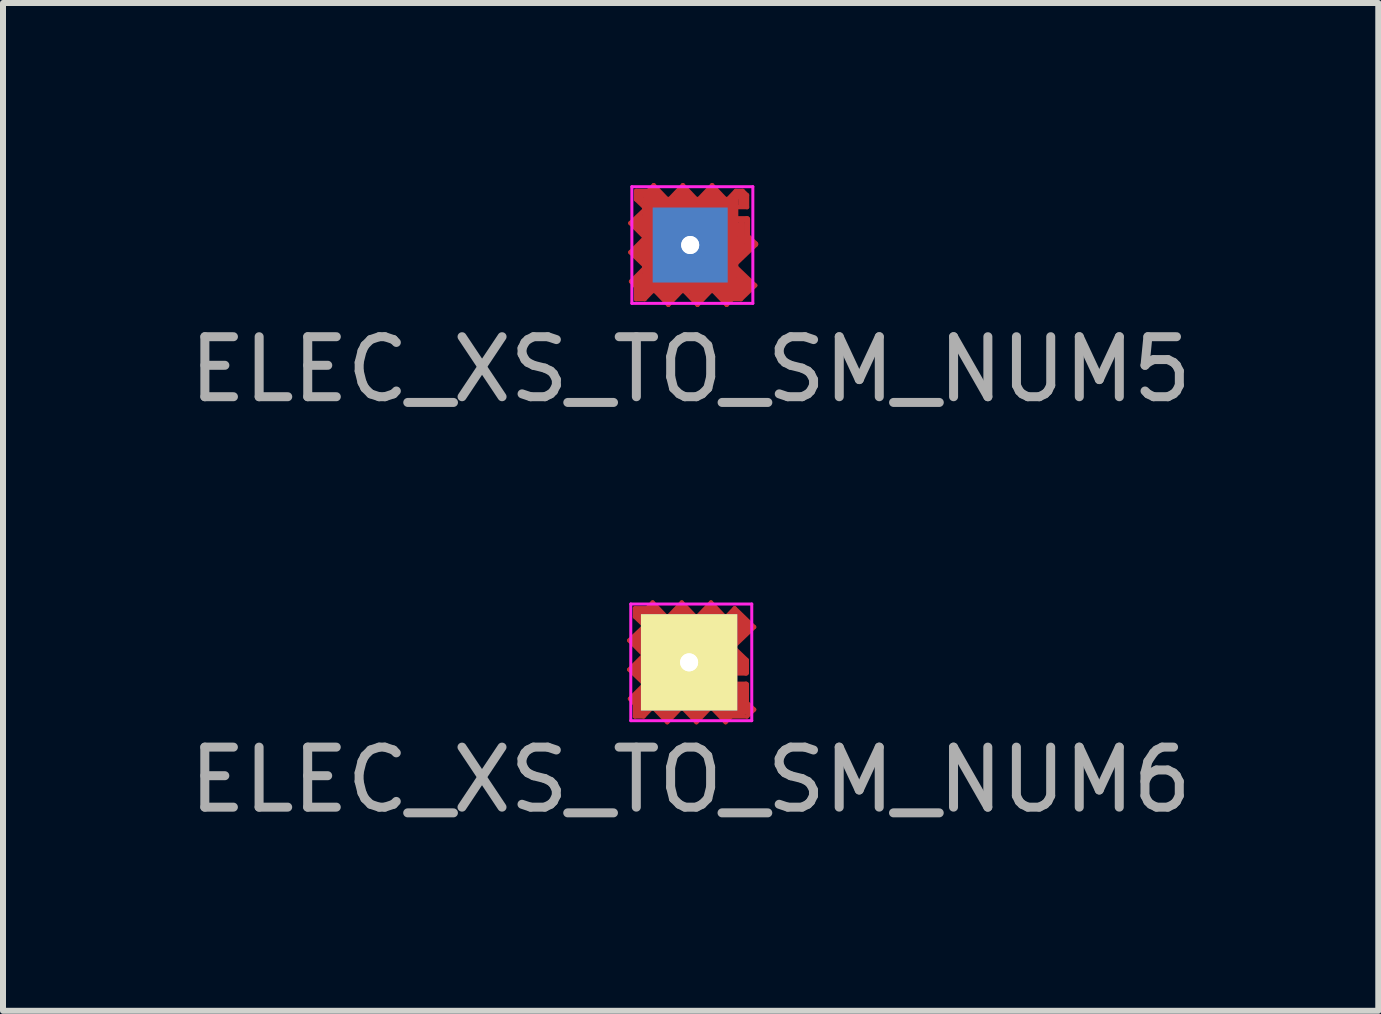
<source format=kicad_pcb>
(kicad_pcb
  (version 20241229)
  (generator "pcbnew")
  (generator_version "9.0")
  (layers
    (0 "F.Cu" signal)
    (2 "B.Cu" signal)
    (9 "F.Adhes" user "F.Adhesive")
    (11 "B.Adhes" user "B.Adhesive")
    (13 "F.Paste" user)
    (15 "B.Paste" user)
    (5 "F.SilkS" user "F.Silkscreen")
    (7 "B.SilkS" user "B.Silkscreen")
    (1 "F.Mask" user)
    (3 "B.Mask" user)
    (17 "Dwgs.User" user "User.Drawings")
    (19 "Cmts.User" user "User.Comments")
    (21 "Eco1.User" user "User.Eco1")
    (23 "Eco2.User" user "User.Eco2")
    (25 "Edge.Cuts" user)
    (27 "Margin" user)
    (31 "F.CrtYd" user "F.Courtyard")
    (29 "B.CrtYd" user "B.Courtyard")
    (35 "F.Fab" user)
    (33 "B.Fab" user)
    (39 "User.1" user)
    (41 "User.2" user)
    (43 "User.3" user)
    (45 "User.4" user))
  (footprint "ELEC_XS_TO_SM_NUM5"
    (layer "F.Cu")
    (at 8.451 1.033)
    (property "Reference" "ELEC_XS_TO_SM_NUM5" (at 0.008 2.073 0) (layer "F.Fab") (effects (font (size 1 1) (thickness 0.15))))
    (attr through_hole)
    (fp_line (start -0.998 -0.365) (end -0.755 -0.122) (stroke (width 0.071) (type solid)) (layer "F.Cu"))
    (fp_line (start -0.998 0.121) (end -0.743 0.364) (stroke (width 0.071) (type solid)) (layer "F.Cu"))
    (fp_line (start -0.902 -0.759) (end -0.743 -0.607) (stroke (width 0.071) (type solid)) (layer "F.Cu"))
    (fp_line (start -0.902 -0.902) (end -0.902 -0.759) (stroke (width 0.071) (type solid)) (layer "F.Cu"))
    (fp_line (start -0.902 -0.902) (end -0.699 -0.902) (stroke (width 0.071) (type solid)) (layer "F.Cu"))
    (fp_line (start -0.902 0.698) (end -0.986 0.607) (stroke (width 0.071) (type solid)) (layer "F.Cu"))
    (fp_line (start -0.902 0.902) (end -0.902 0.699) (stroke (width 0.071) (type solid)) (layer "F.Cu"))
    (fp_line (start -0.902 0.902) (end -0.759 0.902) (stroke (width 0.071) (type solid)) (layer "F.Cu"))
    (fp_line (start -0.856 -0.851) (end -0.742 -0.851) (stroke (width 0.12) (type solid)) (layer "F.Cu"))
    (fp_line (start -0.843 0.734) (end -0.843 0.831) (stroke (width 0.12) (type solid)) (layer "F.Cu"))
    (fp_line (start -0.843 0.831) (end -0.754 0.831) (stroke (width 0.12) (type solid)) (layer "F.Cu"))
    (fp_line (start -0.841 -0.262) (end -0.912 -0.376) (stroke (width 0.12) (type solid)) (layer "F.Cu"))
    (fp_line (start -0.838 -0.455) (end -0.841 -0.262) (stroke (width 0.12) (type solid)) (layer "F.Cu"))
    (fp_line (start -0.838 0.211) (end -0.909 0.107) (stroke (width 0.12) (type solid)) (layer "F.Cu"))
    (fp_line (start -0.838 0.511) (end -0.836 0.699) (stroke (width 0.12) (type solid)) (layer "F.Cu"))
    (fp_line (start -0.836 0.699) (end -0.907 0.597) (stroke (width 0.12) (type solid)) (layer "F.Cu"))
    (fp_line (start -0.833 0.008) (end -0.838 0.211) (stroke (width 0.12) (type solid)) (layer "F.Cu"))
    (fp_line (start -0.831 -0.843) (end -0.836 -0.757) (stroke (width 0.12) (type solid)) (layer "F.Cu"))
    (fp_line (start -0.755 -0.122) (end -0.998 0.121) (stroke (width 0.071) (type solid)) (layer "F.Cu"))
    (fp_line (start -0.752 -0.752) (end 0.752 -0.752) (stroke (width 0.1) (type solid)) (layer "F.Cu"))
    (fp_line (start -0.752 0.752) (end -0.752 -0.752) (stroke (width 0.1) (type solid)) (layer "F.Cu"))
    (fp_line (start -0.743 -0.607) (end -0.998 -0.365) (stroke (width 0.071) (type solid)) (layer "F.Cu"))
    (fp_line (start -0.743 0.364) (end -0.986 0.607) (stroke (width 0.071) (type solid)) (layer "F.Cu"))
    (fp_line (start -0.706 -0.846) (end -0.599 -0.917) (stroke (width 0.12) (type solid)) (layer "F.Cu"))
    (fp_line (start -0.686 -0.66) (end 0.66 -0.66) (stroke (width 0.2) (type solid)) (layer "F.Cu"))
    (fp_line (start -0.66 0.66) (end -0.66 -0.66) (stroke (width 0.2) (type solid)) (layer "F.Cu"))
    (fp_line (start -0.608 -0.998) (end -0.699 -0.902) (stroke (width 0.071) (type solid)) (layer "F.Cu"))
    (fp_line (start -0.607 0.743) (end -0.759 0.902) (stroke (width 0.071) (type solid)) (layer "F.Cu"))
    (fp_line (start -0.511 -0.846) (end -0.706 -0.846) (stroke (width 0.12) (type solid)) (layer "F.Cu"))
    (fp_line (start -0.465 0.836) (end -0.262 0.836) (stroke (width 0.12) (type solid)) (layer "F.Cu"))
    (fp_line (start -0.365 -0.743) (end -0.608 -0.998) (stroke (width 0.071) (type solid)) (layer "F.Cu"))
    (fp_line (start -0.364 0.998) (end -0.607 0.743) (stroke (width 0.071) (type solid)) (layer "F.Cu"))
    (fp_line (start -0.262 0.836) (end -0.376 0.904) (stroke (width 0.12) (type solid)) (layer "F.Cu"))
    (fp_line (start -0.216 -0.846) (end -0.114 -0.907) (stroke (width 0.12) (type solid)) (layer "F.Cu"))
    (fp_line (start -0.122 -0.998) (end -0.365 -0.743) (stroke (width 0.071) (type solid)) (layer "F.Cu"))
    (fp_line (start -0.121 0.743) (end -0.364 0.998) (stroke (width 0.071) (type solid)) (layer "F.Cu"))
    (fp_line (start -0.023 -0.846) (end -0.216 -0.846) (stroke (width 0.12) (type solid)) (layer "F.Cu"))
    (fp_line (start 0.033 0.841) (end 0.221 0.841) (stroke (width 0.12) (type solid)) (layer "F.Cu"))
    (fp_line (start 0.121 -0.743) (end -0.122 -0.998) (stroke (width 0.071) (type solid)) (layer "F.Cu"))
    (fp_line (start 0.122 0.998) (end -0.121 0.743) (stroke (width 0.071) (type solid)) (layer "F.Cu"))
    (fp_line (start 0.221 0.841) (end 0.112 0.917) (stroke (width 0.12) (type solid)) (layer "F.Cu"))
    (fp_line (start 0.259 -0.833) (end 0.376 -0.899) (stroke (width 0.12) (type solid)) (layer "F.Cu"))
    (fp_line (start 0.365 -0.998) (end 0.121 -0.743) (stroke (width 0.071) (type solid)) (layer "F.Cu"))
    (fp_line (start 0.365 0.743) (end 0.122 0.998) (stroke (width 0.071) (type solid)) (layer "F.Cu"))
    (fp_line (start 0.47 -0.831) (end 0.259 -0.833) (stroke (width 0.12) (type solid)) (layer "F.Cu"))
    (fp_line (start 0.498 0.838) (end 0.747 0.841) (stroke (width 0.12) (type solid)) (layer "F.Cu"))
    (fp_line (start 0.607 -0.743) (end 0.365 -0.998) (stroke (width 0.071) (type solid)) (layer "F.Cu"))
    (fp_line (start 0.608 0.998) (end 0.365 0.743) (stroke (width 0.071) (type solid)) (layer "F.Cu"))
    (fp_line (start 0.608 0.998) (end 0.699 0.902) (stroke (width 0.071) (type solid)) (layer "F.Cu"))
    (fp_line (start 0.66 -0.66) (end 0.66 0.66) (stroke (width 0.2) (type solid)) (layer "F.Cu"))
    (fp_line (start 0.66 0.66) (end -0.66 0.66) (stroke (width 0.2) (type solid)) (layer "F.Cu"))
    (fp_line (start 0.662 -0.631) (end 0.948 -0.631) (stroke (width 0.071) (type solid)) (layer "F.Cu"))
    (fp_line (start 0.662 -0.431) (end 0.948 -0.431) (stroke (width 0.1) (type solid)) (layer "F.Cu"))
    (fp_line (start 0.724 0.329) (end 1.084 0.673) (stroke (width 0.071) (type solid)) (layer "F.Cu"))
    (fp_line (start 0.747 0.841) (end 0.607 0.897) (stroke (width 0.12) (type solid)) (layer "F.Cu"))
    (fp_line (start 0.752 0.752) (end -0.752 0.752) (stroke (width 0.1) (type solid)) (layer "F.Cu"))
    (fp_line (start 0.752 0.752) (end 0.752 -0.752) (stroke (width 0.1) (type solid)) (layer "F.Cu"))
    (fp_line (start 0.759 -0.902) (end 0.607 -0.743) (stroke (width 0.071) (type solid)) (layer "F.Cu"))
    (fp_line (start 0.77 -0.823) (end 0.861 -0.823) (stroke (width 0.12) (type solid)) (layer "F.Cu"))
    (fp_line (start 0.828 0.498) (end 0.831 0.82) (stroke (width 0.12) (type solid)) (layer "F.Cu"))
    (fp_line (start 0.831 0.82) (end 0.991 0.681) (stroke (width 0.12) (type solid)) (layer "F.Cu"))
    (fp_line (start 0.847 0.902) (end 0.699 0.902) (stroke (width 0.071) (type solid)) (layer "F.Cu"))
    (fp_line (start 0.851 -0.348) (end 0.853 0.163) (stroke (width 0.12) (type solid)) (layer "F.Cu"))
    (fp_line (start 0.853 0.163) (end 0.983 -0.033) (stroke (width 0.12) (type solid)) (layer "F.Cu"))
    (fp_line (start 0.861 -0.823) (end 0.859 -0.673) (stroke (width 0.12) (type solid)) (layer "F.Cu"))
    (fp_line (start 0.875 -0.902) (end 0.759 -0.902) (stroke (width 0.071) (type solid)) (layer "F.Cu"))
    (fp_line (start 0.904 0.577) (end 0.902 0.673) (stroke (width 0.12) (type solid)) (layer "F.Cu"))
    (fp_line (start 0.948 -0.832) (end 0.875 -0.902) (stroke (width 0.071) (type solid)) (layer "F.Cu"))
    (fp_line (start 0.948 -0.631) (end 0.948 -0.832) (stroke (width 0.071) (type solid)) (layer "F.Cu"))
    (fp_line (start 0.948 -0.145) (end 0.948 -0.431) (stroke (width 0.1) (type solid)) (layer "F.Cu"))
    (fp_line (start 0.983 -0.033) (end 0.909 -0.097) (stroke (width 0.12) (type solid)) (layer "F.Cu"))
    (fp_line (start 0.991 0.681) (end 0.904 0.577) (stroke (width 0.12) (type solid)) (layer "F.Cu"))
    (fp_line (start 1.084 -0.015) (end 0.724 0.329) (stroke (width 0.1) (type solid)) (layer "F.Cu"))
    (fp_line (start 1.084 -0.015) (end 0.948 -0.145) (stroke (width 0.1) (type solid)) (layer "F.Cu"))
    (fp_line (start 1.084 0.673) (end 0.847 0.902) (stroke (width 0.071) (type solid)) (layer "F.Cu"))
    (fp_line (start -0.972 -0.972) (end -0.972 0.972) (stroke (width 0.05) (type solid)) (layer "F.CrtYd"))
    (fp_line (start -0.972 -0.972) (end 1.044 -0.972) (stroke (width 0.05) (type solid)) (layer "F.CrtYd"))
    (fp_line (start -0.972 0.972) (end 1.044 0.972) (stroke (width 0.05) (type solid)) (layer "F.CrtYd"))
    (fp_line (start 1.044 -0.972) (end 1.044 0.972) (stroke (width 0.05) (type solid)) (layer "F.CrtYd"))
    (pad "1" thru_hole circle (at 0 0) (size 0.605 0.605) (drill 0.3) (layers "*.Cu" "*.Mask"))
    (pad "1" thru_hole rect (at 0 0) (size 1.25 1.25) (drill 0.3) (layers "F.Cu" "F.Mask")))
  (footprint "ELEC_XS_TO_SM_NUM6"
    (layer "F.Cu")
    (at 8.433 7.987)
    (property "Reference" "ELEC_XS_TO_SM_NUM6" (at 0.025 1.958 0) (layer "F.Fab") (effects (font (size 1 1) (thickness 0.15))))
    (attr through_hole)
    (fp_line (start -0.998 -0.365) (end -0.755 -0.122) (stroke (width 0.071) (type solid)) (layer "F.Cu"))
    (fp_line (start -0.998 0.121) (end -0.743 0.364) (stroke (width 0.071) (type solid)) (layer "F.Cu"))
    (fp_line (start -0.902 -0.759) (end -0.743 -0.607) (stroke (width 0.071) (type solid)) (layer "F.Cu"))
    (fp_line (start -0.902 -0.902) (end -0.902 -0.759) (stroke (width 0.071) (type solid)) (layer "F.Cu"))
    (fp_line (start -0.902 -0.902) (end -0.699 -0.902) (stroke (width 0.071) (type solid)) (layer "F.Cu"))
    (fp_line (start -0.902 0.698) (end -0.986 0.607) (stroke (width 0.071) (type solid)) (layer "F.Cu"))
    (fp_line (start -0.902 0.902) (end -0.902 0.699) (stroke (width 0.071) (type solid)) (layer "F.Cu"))
    (fp_line (start -0.902 0.902) (end -0.759 0.902) (stroke (width 0.071) (type solid)) (layer "F.Cu"))
    (fp_line (start -0.856 -0.851) (end -0.742 -0.851) (stroke (width 0.12) (type solid)) (layer "F.Cu"))
    (fp_line (start -0.843 0.734) (end -0.843 0.831) (stroke (width 0.12) (type solid)) (layer "F.Cu"))
    (fp_line (start -0.843 0.831) (end -0.754 0.831) (stroke (width 0.12) (type solid)) (layer "F.Cu"))
    (fp_line (start -0.841 -0.262) (end -0.912 -0.376) (stroke (width 0.12) (type solid)) (layer "F.Cu"))
    (fp_line (start -0.838 -0.455) (end -0.841 -0.262) (stroke (width 0.12) (type solid)) (layer "F.Cu"))
    (fp_line (start -0.838 0.211) (end -0.909 0.107) (stroke (width 0.12) (type solid)) (layer "F.Cu"))
    (fp_line (start -0.838 0.511) (end -0.836 0.699) (stroke (width 0.12) (type solid)) (layer "F.Cu"))
    (fp_line (start -0.836 0.699) (end -0.907 0.597) (stroke (width 0.12) (type solid)) (layer "F.Cu"))
    (fp_line (start -0.833 0.008) (end -0.838 0.211) (stroke (width 0.12) (type solid)) (layer "F.Cu"))
    (fp_line (start -0.831 -0.843) (end -0.836 -0.757) (stroke (width 0.12) (type solid)) (layer "F.Cu"))
    (fp_line (start -0.755 -0.122) (end -0.998 0.121) (stroke (width 0.071) (type solid)) (layer "F.Cu"))
    (fp_line (start -0.743 -0.607) (end -0.998 -0.365) (stroke (width 0.071) (type solid)) (layer "F.Cu"))
    (fp_line (start -0.743 0.364) (end -0.986 0.607) (stroke (width 0.071) (type solid)) (layer "F.Cu"))
    (fp_line (start -0.706 -0.846) (end -0.599 -0.917) (stroke (width 0.12) (type solid)) (layer "F.Cu"))
    (fp_line (start -0.608 -0.998) (end -0.699 -0.902) (stroke (width 0.071) (type solid)) (layer "F.Cu"))
    (fp_line (start -0.607 0.743) (end -0.759 0.902) (stroke (width 0.071) (type solid)) (layer "F.Cu"))
    (fp_line (start -0.511 -0.846) (end -0.706 -0.846) (stroke (width 0.12) (type solid)) (layer "F.Cu"))
    (fp_line (start -0.465 0.836) (end -0.262 0.836) (stroke (width 0.12) (type solid)) (layer "F.Cu"))
    (fp_line (start -0.365 -0.743) (end -0.608 -0.998) (stroke (width 0.071) (type solid)) (layer "F.Cu"))
    (fp_line (start -0.364 0.998) (end -0.607 0.743) (stroke (width 0.071) (type solid)) (layer "F.Cu"))
    (fp_line (start -0.262 0.836) (end -0.376 0.904) (stroke (width 0.12) (type solid)) (layer "F.Cu"))
    (fp_line (start -0.216 -0.846) (end -0.114 -0.907) (stroke (width 0.12) (type solid)) (layer "F.Cu"))
    (fp_line (start -0.122 -0.998) (end -0.365 -0.743) (stroke (width 0.071) (type solid)) (layer "F.Cu"))
    (fp_line (start -0.121 0.743) (end -0.364 0.998) (stroke (width 0.071) (type solid)) (layer "F.Cu"))
    (fp_line (start -0.023 -0.846) (end -0.216 -0.846) (stroke (width 0.12) (type solid)) (layer "F.Cu"))
    (fp_line (start 0.033 0.841) (end 0.221 0.841) (stroke (width 0.12) (type solid)) (layer "F.Cu"))
    (fp_line (start 0.121 -0.743) (end -0.122 -0.998) (stroke (width 0.071) (type solid)) (layer "F.Cu"))
    (fp_line (start 0.122 0.998) (end -0.121 0.743) (stroke (width 0.071) (type solid)) (layer "F.Cu"))
    (fp_line (start 0.221 0.841) (end 0.112 0.917) (stroke (width 0.12) (type solid)) (layer "F.Cu"))
    (fp_line (start 0.259 -0.833) (end 0.376 -0.899) (stroke (width 0.12) (type solid)) (layer "F.Cu"))
    (fp_line (start 0.365 -0.998) (end 0.121 -0.743) (stroke (width 0.071) (type solid)) (layer "F.Cu"))
    (fp_line (start 0.365 0.743) (end 0.122 0.998) (stroke (width 0.071) (type solid)) (layer "F.Cu"))
    (fp_line (start 0.47 -0.831) (end 0.259 -0.833) (stroke (width 0.12) (type solid)) (layer "F.Cu"))
    (fp_line (start 0.516 0.836) (end 0.749 0.833) (stroke (width 0.12) (type solid)) (layer "F.Cu"))
    (fp_line (start 0.607 -0.743) (end 0.365 -0.998) (stroke (width 0.071) (type solid)) (layer "F.Cu"))
    (fp_line (start 0.608 0.998) (end 0.365 0.743) (stroke (width 0.071) (type solid)) (layer "F.Cu"))
    (fp_line (start 0.608 0.998) (end 0.699 0.902) (stroke (width 0.071) (type solid)) (layer "F.Cu"))
    (fp_line (start 0.662 0.171) (end 0.948 0.171) (stroke (width 0.1) (type solid)) (layer "F.Cu"))
    (fp_line (start 0.662 0.371) (end 0.948 0.371) (stroke (width 0.1) (type solid)) (layer "F.Cu"))
    (fp_line (start 0.749 -0.826) (end 0.988 -0.579) (stroke (width 0.12) (type solid)) (layer "F.Cu"))
    (fp_line (start 0.749 0.833) (end 0.605 0.899) (stroke (width 0.12) (type solid)) (layer "F.Cu"))
    (fp_line (start 0.759 -0.902) (end 0.607 -0.743) (stroke (width 0.071) (type solid)) (layer "F.Cu"))
    (fp_line (start 0.759 -0.902) (end 1.084 -0.588) (stroke (width 0.071) (type solid)) (layer "F.Cu"))
    (fp_line (start 0.823 -0.102) (end 0.823 0.104) (stroke (width 0.12) (type solid)) (layer "F.Cu"))
    (fp_line (start 0.823 0.104) (end 0.897 0.107) (stroke (width 0.12) (type solid)) (layer "F.Cu"))
    (fp_line (start 0.826 -0.653) (end 0.884 -0.574) (stroke (width 0.12) (type solid)) (layer "F.Cu"))
    (fp_line (start 0.833 -0.411) (end 0.826 -0.653) (stroke (width 0.12) (type solid)) (layer "F.Cu"))
    (fp_line (start 0.851 0.434) (end 0.851 0.653) (stroke (width 0.12) (type solid)) (layer "F.Cu"))
    (fp_line (start 0.851 0.653) (end 0.851 0.838) (stroke (width 0.12) (type solid)) (layer "F.Cu"))
    (fp_line (start 0.851 0.838) (end 0.988 0.792) (stroke (width 0.12) (type solid)) (layer "F.Cu"))
    (fp_line (start 0.897 0.107) (end 0.894 -0.025) (stroke (width 0.12) (type solid)) (layer "F.Cu"))
    (fp_line (start 0.948 -0.03) (end 0.724 -0.245) (stroke (width 0.1) (type solid)) (layer "F.Cu"))
    (fp_line (start 0.948 0.171) (end 0.948 -0.03) (stroke (width 0.1) (type solid)) (layer "F.Cu"))
    (fp_line (start 0.948 0.657) (end 0.948 0.371) (stroke (width 0.1) (type solid)) (layer "F.Cu"))
    (fp_line (start 0.964 0.902) (end 0.699 0.902) (stroke (width 0.071) (type solid)) (layer "F.Cu"))
    (fp_line (start 0.988 -0.579) (end 0.833 -0.411) (stroke (width 0.12) (type solid)) (layer "F.Cu"))
    (fp_line (start 0.988 0.792) (end 0.892 0.693) (stroke (width 0.12) (type solid)) (layer "F.Cu"))
    (fp_line (start 1.084 -0.588) (end 0.724 -0.245) (stroke (width 0.071) (type solid)) (layer "F.Cu"))
    (fp_line (start 1.084 0.787) (end 0.948 0.657) (stroke (width 0.071) (type solid)) (layer "F.Cu"))
    (fp_line (start 1.084 0.787) (end 0.964 0.902) (stroke (width 0.071) (type solid)) (layer "F.Cu"))
    (fp_line (start -0.972 -0.972) (end -0.972 0.972) (stroke (width 0.05) (type solid)) (layer "F.CrtYd"))
    (fp_line (start -0.972 -0.972) (end 1.044 -0.972) (stroke (width 0.05) (type solid)) (layer "F.CrtYd"))
    (fp_line (start -0.972 0.972) (end 1.044 0.972) (stroke (width 0.05) (type solid)) (layer "F.CrtYd"))
    (fp_line (start 1.044 -0.972) (end 1.044 0.972) (stroke (width 0.05) (type solid)) (layer "F.CrtYd"))
    (pad "1" thru_hole circle (at 0 0) (size 0.605 0.605) (drill 0.3) (layers "*.Cu" "*.Mask" "F.SilkS"))
    (pad "1" thru_hole rect (at 0 0) (size 1.605 1.605) (drill 0.3) (layers "F.Cu" "F.Mask" "F.SilkS")))
  (gr_rect
    (start -3 -3)
    (end 19.917 13.794)
    (stroke (width 0.1) (type default))
    (fill no)
    (layer "Edge.Cuts")))
</source>
